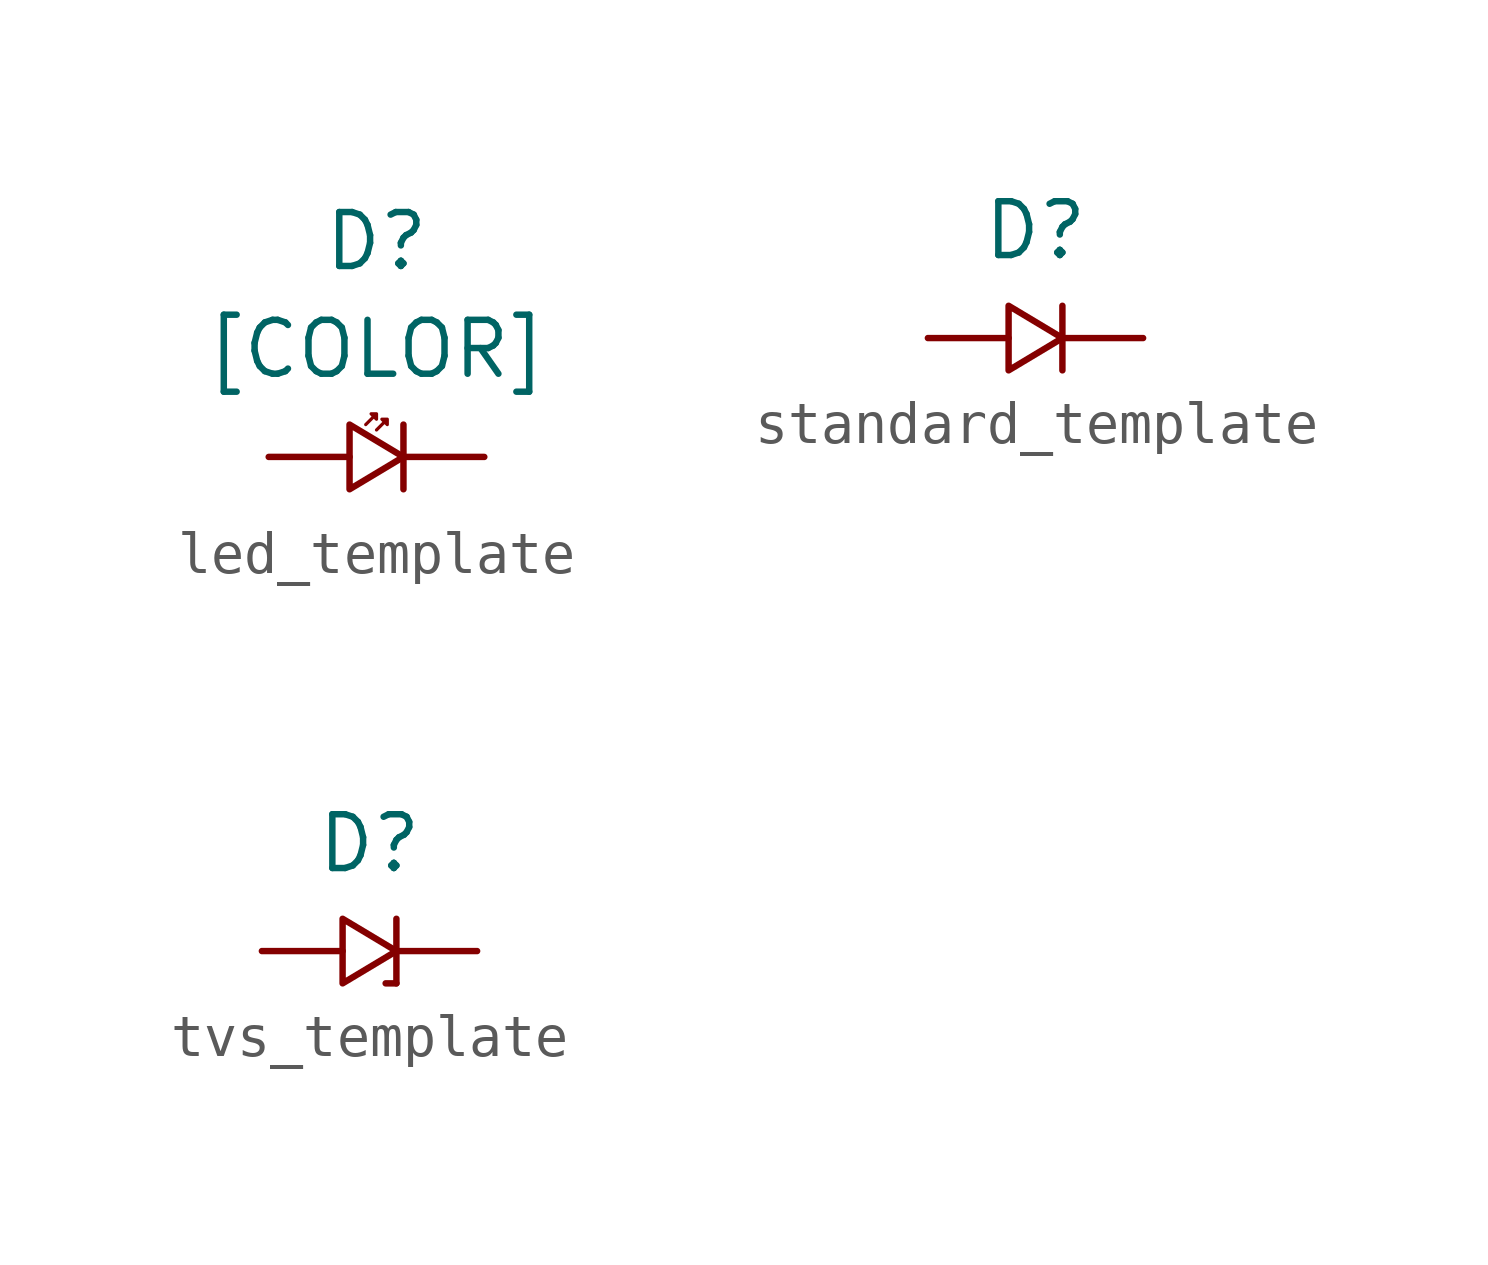
<source format=kicad_sym>
(kicad_symbol_lib
  (version 20241209)
  (generator "kicad_symbol_editor")
  (generator_version "9.0")
  (symbol "led_template"
    (pin_numbers
      (hide yes))
    (pin_names
      (hide yes))
    (property "Reference" "D"
      (at 0 5.08 0)
      (do_not_autoplace)
      (effects (font (size 1.27 1.27))))
    (property "Value" "${COLOR}"
      (at 0 2.54 0)
      (do_not_autoplace)
      (effects (font (size 1.27 1.27))))
    (property "Forward Current" "[FORWARD CURRENT]A"
      (at 0 -15.24 0)
      (show_name)
      (effects (font (size 1.27 1.27)) (hide yes)))
    (property "Reverse Voltage" "[REVERSE VOLTAGE]V"
      (at 0 -17.78 0)
      (show_name)
      (effects (font (size 1.27 1.27)) (hide yes)))
    (property "Forward Voltage" "[FORWARD VOLTAGE]V"
      (at 0 -20.32 0)
      (show_name)
      (effects (font (size 1.27 1.27)) (hide yes)))
    (property "Color" "[COLOR]"
      (at 0 -22.86 0)
      (show_name)
      (effects (font (size 1.27 1.27)) (hide yes)))
    (property "Minimum Temperature" "[MINIMUM TEMPERATURE]°C"
      (at 0 -25.4 0)
      (show_name)
      (effects (font (size 1.27 1.27)) (hide yes)))
    (property "Maximum Temperature" "[MAXIMUM TEMPERATURE°C"
      (at 0 -27.94 0)
      (show_name)
      (effects (font (size 1.27 1.27)) (hide yes)))
    (property "Package" "[PACKAGE]"
      (at 0 -30.48 0)
      (show_name)
      (effects (font (size 1.27 1.27)) (hide yes)))
    (property "Ratings" "[RATINGS]"
      (at 0 -35.56 0)
      (show_name)
      (effects (font (size 1.27 1.27)) (hide yes)))
    (symbol "led_template_0_1"
      (polyline (pts (xy -0.635 -0.762) (xy -0.635 0.762) (xy 0.635 0) (xy -0.635 -0.762)) (stroke (width 0) (type default)) (fill (type none)))
      (polyline (pts (xy 0.635 0.762) (xy 0.635 -0.762)) (stroke (width 0) (type default)) (fill (type none))))
    (symbol "led_template_1_1"
      (polyline (pts (xy -0.254 0.762) (xy 0 1.016) (xy 0 0.889) (xy -0.127 1.016) (xy 0 1.016)) (stroke (width 0.076) (type solid)) (fill (type none)))
      (polyline (pts (xy 0 0.635) (xy 0.254 0.889) (xy 0.254 0.762) (xy 0.127 0.889) (xy 0.254 0.889)) (stroke (width 0.076) (type solid)) (fill (type none)))
      (pin passive line (at -2.54 0 0) (length 1.905) (name "~" (effects (font (size 1.27 1.27)))) (number "2" (effects (font (size 1.27 1.27)))))
      (pin passive line (at 2.54 0 180) (length 1.905) (name "~" (effects (font (size 1.27 1.27)))) (number "1" (effects (font (size 1.27 1.27)))))))
  (symbol "standard_template"
    (pin_numbers
      (hide yes))
    (pin_names
      (offset 0)
      (hide yes))
    (property "Reference" "D"
      (at 0 2.54 0)
      (effects (font (size 1.27 1.27))))
    (property "Reverse Voltage" "[REVERSE VOLTAGE]V"
      (at 0 -15.24 0)
      (show_name)
      (effects (font (size 1.27 1.27)) (hide yes)))
    (property "Forward Voltage" "[FORWARD VOLTAGE]V"
      (at 0 -17.78 0)
      (show_name)
      (effects (font (size 1.27 1.27)) (hide yes)))
    (property "Forward Current" "[FORWARD CURRENT]A"
      (at 0 -20.32 0)
      (show_name)
      (effects (font (size 1.27 1.27)) (hide yes)))
    (property "Minimum Temperature" "[MINIMUM TEMPERATURE]°C"
      (at 0 -25.4 0)
      (show_name)
      (effects (font (size 1.27 1.27)) (hide yes)))
    (property "Maximum Temperature" "[MAXIMUM TEMPERATURE]°C"
      (at 0 -27.94 0)
      (show_name)
      (effects (font (size 1.27 1.27)) (hide yes)))
    (property "Package" "[PACKAGE]"
      (at 0 -30.48 0)
      (show_name)
      (effects (font (size 1.27 1.27)) (hide yes)))
    (property "Ratings" "[RATINGS]"
      (at 0 -35.56 0)
      (show_name)
      (effects (font (size 1.27 1.27)) (hide yes)))
    (symbol "standard_template_0_1"
      (polyline (pts (xy -0.635 -0.762) (xy -0.635 0.762) (xy 0.635 0) (xy -0.635 -0.762)) (stroke (width 0) (type default)) (fill (type none)))
      (polyline (pts (xy 0.635 0.762) (xy 0.635 -0.762)) (stroke (width 0) (type default)) (fill (type none))))
    (symbol "standard_template_1_1"
      (pin passive line (at -2.54 0 0) (length 1.905) (name "~" (effects (font (size 1.27 1.27)))) (number "2" (effects (font (size 1.27 1.27)))))
      (pin passive line (at 2.54 0 180) (length 1.905) (name "~" (effects (font (size 1.27 1.27)))) (number "1" (effects (font (size 1.27 1.27)))))))
  (symbol "tvs_template"
    (pin_numbers
      (hide yes))
    (pin_names
      (offset 0)
      (hide yes))
    (property "Reference" "D"
      (at 0 2.54 0)
      (effects (font (size 1.27 1.27))))
    (property "Working Voltage" "[WORKING VOLTAGE]V"
      (at 0 -15.24 0)
      (show_name)
      (effects (font (size 1.27 1.27)) (hide yes)))
    (property "Breakdown Voltage" "[BREAKDOWN VOLTAGE]V"
      (at 0 -17.78 0)
      (show_name)
      (effects (font (size 1.27 1.27)) (hide yes)))
    (property "Clamping Voltage" "[CLAMPING VOLTAGE]V"
      (at 0 -20.32 0)
      (show_name)
      (effects (font (size 1.27 1.27)) (hide yes)))
    (property "Minimum Temperature" "[MINIMUM TEMPERATURE]°C"
      (at 0 -27.94 0)
      (show_name)
      (effects (font (size 1.27 1.27)) (hide yes)))
    (property "Maximum Temperature" "[MAXIMUM TEMPERATURE]°C"
      (at 0 -30.48 0)
      (show_name)
      (effects (font (size 1.27 1.27)) (hide yes)))
    (property "Package" "[PACKAGE]"
      (at 0 -33.02 0)
      (show_name)
      (effects (font (size 1.27 1.27)) (hide yes)))
    (property "Ratings" "[RATINGS]"
      (at 0 -38.1 0)
      (show_name)
      (effects (font (size 1.27 1.27)) (hide yes)))
    (symbol "tvs_template_0_1"
      (polyline (pts (xy -0.635 -0.762) (xy -0.635 0.762) (xy 0.635 0) (xy -0.635 -0.762)) (stroke (width 0) (type default)) (fill (type none)))
      (polyline (pts (xy 0.635 0.762) (xy 0.635 -0.762)) (stroke (width 0) (type default)) (fill (type none)))
      (polyline (pts (xy 0.635 -0.762) (xy 0.381 -0.762)) (stroke (width 0) (type default)) (fill (type none))))
    (symbol "tvs_template_1_1"
      (pin passive line (at -2.54 0 0) (length 1.905) (name "~" (effects (font (size 1.27 1.27)))) (number "2" (effects (font (size 1.27 1.27)))))
      (pin passive line (at 2.54 0 180) (length 1.905) (name "~" (effects (font (size 1.27 1.27)))) (number "1" (effects (font (size 1.27 1.27))))))))
</source>
